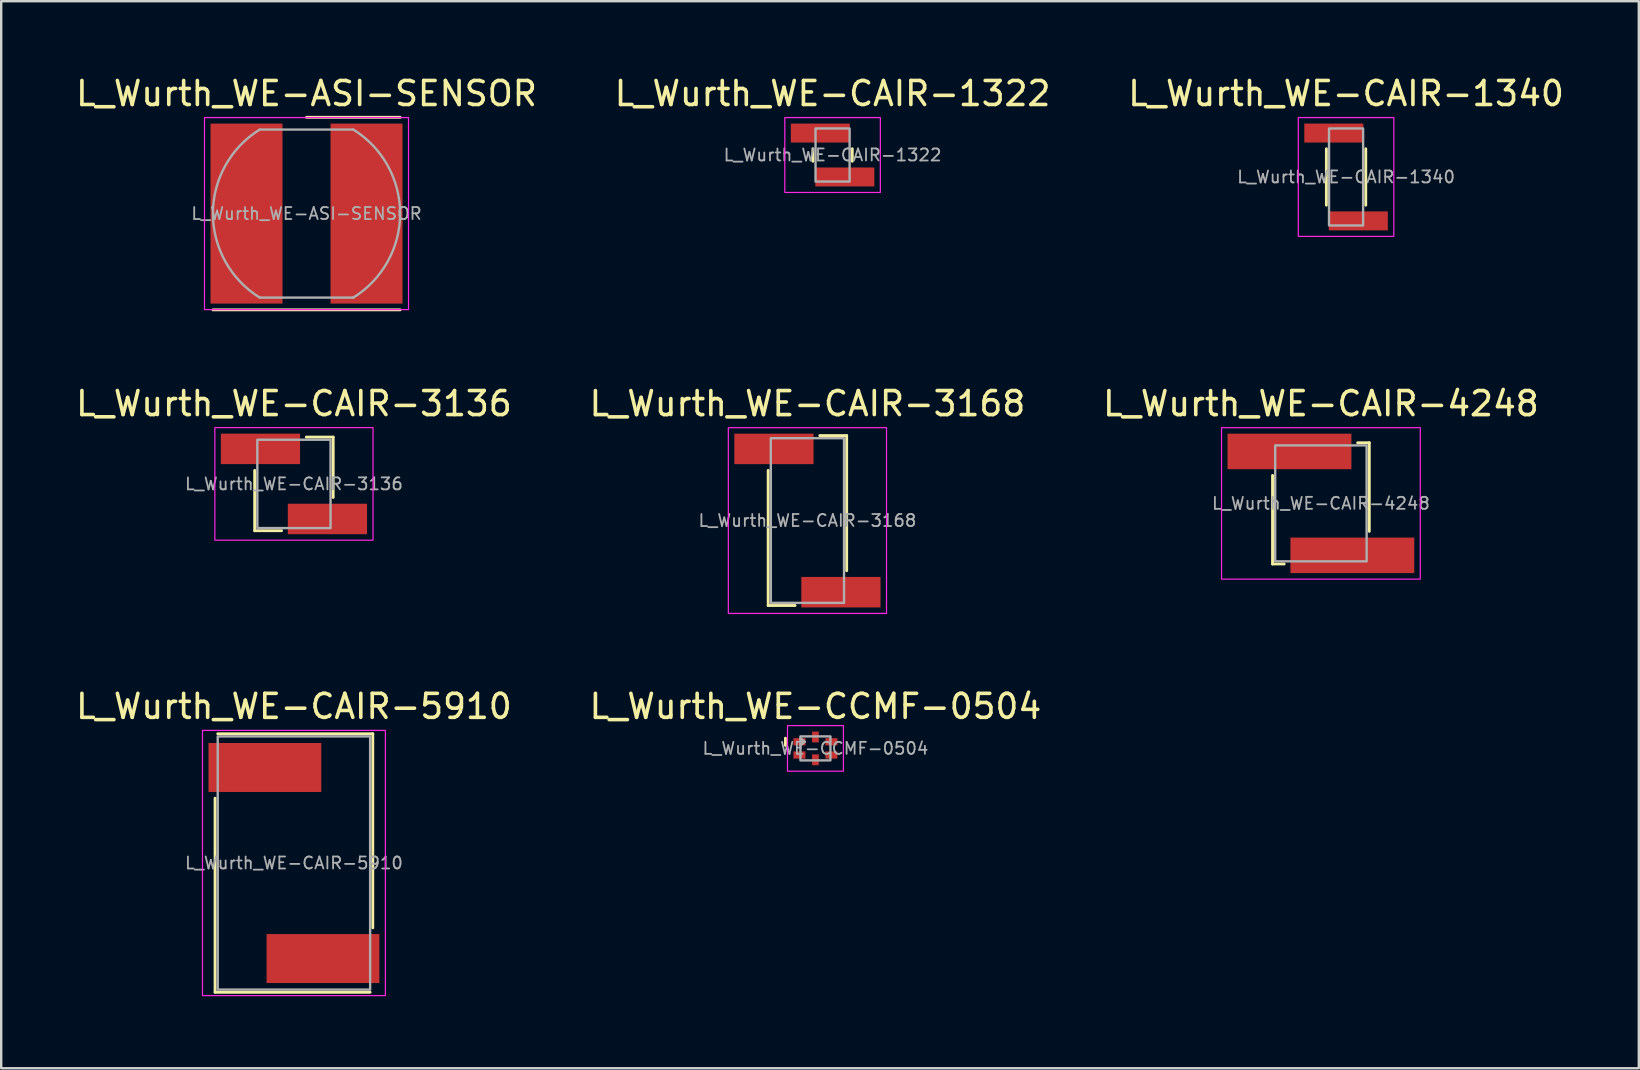
<source format=kicad_pcb>
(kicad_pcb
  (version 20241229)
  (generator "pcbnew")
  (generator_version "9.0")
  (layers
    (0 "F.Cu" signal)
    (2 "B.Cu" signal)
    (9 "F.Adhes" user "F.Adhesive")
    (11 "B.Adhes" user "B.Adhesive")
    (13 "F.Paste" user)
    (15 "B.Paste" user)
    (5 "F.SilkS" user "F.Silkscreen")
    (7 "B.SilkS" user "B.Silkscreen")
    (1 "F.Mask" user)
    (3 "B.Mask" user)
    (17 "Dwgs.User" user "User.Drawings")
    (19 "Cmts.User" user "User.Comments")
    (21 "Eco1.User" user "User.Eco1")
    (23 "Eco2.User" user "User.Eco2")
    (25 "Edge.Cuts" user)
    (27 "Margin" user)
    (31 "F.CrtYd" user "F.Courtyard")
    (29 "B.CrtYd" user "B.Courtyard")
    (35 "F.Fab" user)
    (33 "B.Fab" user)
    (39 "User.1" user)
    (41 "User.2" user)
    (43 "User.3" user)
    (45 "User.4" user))
  (footprint "L_Wurth_WE-CAIR-1322"
    (layer "F.Cu")
    (at 31.637 3.408)
    (property "Reference" "L_Wurth_WE-CAIR-1322" (at 0 -2.56 0) (unlocked yes) (layer "F.SilkS") (effects (font (size 1 1) (thickness 0.15))))
    (attr smd)
    (fp_line (start -0.82 -0.26) (end -0.82 0.26) (stroke (width 0.12) (type solid)) (layer "F.SilkS"))
    (fp_line (start 0.82 0.26) (end 0.82 -0.26) (stroke (width 0.12) (type solid)) (layer "F.SilkS"))
    (fp_rect (start -1.99 -1.56) (end 1.99 1.56) (stroke (width 0.05) (type solid)) (fill no) (layer "F.CrtYd"))
    (fp_rect (start -0.71 -1.105) (end 0.71 1.105) (stroke (width 0.1) (type solid)) (fill no) (layer "F.Fab"))
    (fp_text user "${REFERENCE}" (at 0 0 0) (unlocked yes) (layer "F.Fab") (effects (font (size 0.5 0.5) (thickness 0.075))))
    (pad "1" smd rect (at -0.51 -0.915) (size 2.46 0.79) (layers "F.Cu" "F.Mask" "F.Paste"))
    (pad "2" smd rect (at 0.51 0.915) (size 2.46 0.79) (layers "F.Cu" "F.Mask" "F.Paste")))
  (footprint "L_Wurth_WE-CAIR-4248"
    (layer "F.Cu")
    (at 51.982 17.922)
    (property "Reference" "L_Wurth_WE-CAIR-4248" (at 0 -4.155 0) (unlocked yes) (layer "F.SilkS") (effects (font (size 1 1) (thickness 0.15))))
    (attr smd)
    (fp_line (start -2.015 -1.165) (end -2.015 2.525) (stroke (width 0.12) (type solid)) (layer "F.SilkS"))
    (fp_line (start -2.015 2.525) (end -1.53 2.525) (stroke (width 0.12) (type solid)) (layer "F.SilkS"))
    (fp_line (start 2.015 -2.525) (end 1.53 -2.525) (stroke (width 0.12) (type solid)) (layer "F.SilkS"))
    (fp_line (start 2.015 1.165) (end 2.015 -2.525) (stroke (width 0.12) (type solid)) (layer "F.SilkS"))
    (fp_rect (start -4.14 -3.155) (end 4.14 3.155) (stroke (width 0.05) (type solid)) (fill no) (layer "F.CrtYd"))
    (fp_rect (start -1.905 -2.415) (end 1.905 2.415) (stroke (width 0.1) (type solid)) (fill no) (layer "F.Fab"))
    (fp_text user "${REFERENCE}" (at 0 0 0) (unlocked yes) (layer "F.Fab") (effects (font (size 0.5 0.5) (thickness 0.075))))
    (pad "1" smd rect (at -1.31 -2.165) (size 5.16 1.48) (layers "F.Cu" "F.Mask" "F.Paste"))
    (pad "2" smd rect (at 1.31 2.165) (size 5.16 1.48) (layers "F.Cu" "F.Mask" "F.Paste")))
  (footprint "L_Wurth_WE-CAIR-3168"
    (layer "F.Cu")
    (at 30.589 18.637)
    (property "Reference" "L_Wurth_WE-CAIR-3168" (at 0 -4.87 0) (unlocked yes) (layer "F.SilkS") (effects (font (size 1 1) (thickness 0.15))))
    (attr smd)
    (fp_line (start -1.635 -2.09) (end -1.635 3.54) (stroke (width 0.12) (type solid)) (layer "F.SilkS"))
    (fp_line (start -1.635 3.54) (end -0.515 3.54) (stroke (width 0.12) (type solid)) (layer "F.SilkS"))
    (fp_line (start 1.635 -3.54) (end 0.515 -3.54) (stroke (width 0.12) (type solid)) (layer "F.SilkS"))
    (fp_line (start 1.635 2.09) (end 1.635 -3.54) (stroke (width 0.12) (type solid)) (layer "F.SilkS"))
    (fp_rect (start -3.295 -3.87) (end 3.295 3.87) (stroke (width 0.05) (type solid)) (fill no) (layer "F.CrtYd"))
    (fp_rect (start -1.525 -3.43) (end 1.525 3.43) (stroke (width 0.1) (type solid)) (fill no) (layer "F.Fab"))
    (fp_text user "${REFERENCE}" (at 0 0 0) (unlocked yes) (layer "F.Fab") (effects (font (size 0.5 0.5) (thickness 0.075))))
    (pad "1" smd rect (at -1.395 -2.985) (size 3.3 1.27) (layers "F.Cu" "F.Mask" "F.Paste"))
    (pad "2" smd rect (at 1.395 2.985) (size 3.3 1.27) (layers "F.Cu" "F.Mask" "F.Paste")))
  (footprint "L_Wurth_WE-ASI-SENSOR"
    (layer "F.Cu")
    (at 9.72 5.848)
    (property "Reference" "L_Wurth_WE-ASI-SENSOR" (at 0 -5 0) (unlocked yes) (layer "F.SilkS") (effects (font (size 1 1) (thickness 0.15))))
    (attr smd)
    (fp_line (start -3.9 4.01) (end 3.9 4.01) (stroke (width 0.12) (type solid)) (layer "F.SilkS"))
    (fp_line (start 0 -4.01) (end 3.9 -4.01) (stroke (width 0.12) (type solid)) (layer "F.SilkS"))
    (fp_rect (start -4.25 -4) (end 4.25 4) (stroke (width 0.05) (type solid)) (fill no) (layer "F.CrtYd"))
    (fp_line (start -1.95 -3.5) (end 1.95 -3.5) (stroke (width 0.1) (type solid)) (layer "F.Fab"))
    (fp_line (start -1.95 3.5) (end 1.95 3.5) (stroke (width 0.1) (type solid)) (layer "F.Fab"))
    (fp_arc (start -1.95 3.5) (mid -3.9 0) (end -1.95 -3.5) (stroke (width 0.1) (type solid)) (layer "F.Fab"))
    (fp_arc (start 1.95 -3.5) (mid 3.9 0) (end 1.95 3.5) (stroke (width 0.1) (type solid)) (layer "F.Fab"))
    (fp_text user "${REFERENCE}" (at 0 0 0) (unlocked yes) (layer "F.Fab") (effects (font (size 0.5 0.5) (thickness 0.075))))
    (pad "1" smd rect (at -2.5 0) (size 3 7.5) (layers "F.Cu" "F.Mask" "F.Paste"))
    (pad "2" smd rect (at 2.5 0) (size 3 7.5) (layers "F.Cu" "F.Mask" "F.Paste")))
  (footprint "L_Wurth_WE-CAIR-5910"
    (layer "F.Cu")
    (at 9.196 32.905)
    (property "Reference" "L_Wurth_WE-CAIR-5910" (at 0 -6.525 0) (unlocked yes) (layer "F.SilkS") (effects (font (size 1 1) (thickness 0.15))))
    (attr smd)
    (fp_line (start -3.285 -2.7) (end -3.285 5.385) (stroke (width 0.12) (type solid)) (layer "F.SilkS"))
    (fp_line (start -3.285 5.385) (end 3.175 5.385) (stroke (width 0.12) (type solid)) (layer "F.SilkS"))
    (fp_line (start 3.285 -5.385) (end -3.175 -5.385) (stroke (width 0.12) (type solid)) (layer "F.SilkS"))
    (fp_line (start 3.285 2.7) (end 3.285 -5.385) (stroke (width 0.12) (type solid)) (layer "F.SilkS"))
    (fp_rect (start -3.81 -5.525) (end 3.81 5.525) (stroke (width 0.05) (type solid)) (fill no) (layer "F.CrtYd"))
    (fp_rect (start -3.175 -5.275) (end 3.175 5.275) (stroke (width 0.1) (type solid)) (fill no) (layer "F.Fab"))
    (fp_text user "${REFERENCE}" (at 0 0 0) (unlocked yes) (layer "F.Fab") (effects (font (size 0.5 0.5) (thickness 0.075))))
    (pad "1" smd rect (at -1.21 -3.98) (size 4.7 2.04) (layers "F.Cu" "F.Mask" "F.Paste"))
    (pad "2" smd rect (at 1.21 3.98) (size 4.7 2.04) (layers "F.Cu" "F.Mask" "F.Paste")))
  (footprint "L_Wurth_WE-CAIR-3136"
    (layer "F.Cu")
    (at 9.196 17.111)
    (property "Reference" "L_Wurth_WE-CAIR-3136" (at 0 -3.345 0) (unlocked yes) (layer "F.SilkS") (effects (font (size 1 1) (thickness 0.15))))
    (attr smd)
    (fp_line (start -1.635 -0.565) (end -1.635 1.95) (stroke (width 0.12) (type solid)) (layer "F.SilkS"))
    (fp_line (start -1.635 1.95) (end -0.515 1.95) (stroke (width 0.12) (type solid)) (layer "F.SilkS"))
    (fp_line (start 1.635 -1.95) (end 0.515 -1.95) (stroke (width 0.12) (type solid)) (layer "F.SilkS"))
    (fp_line (start 1.635 0.565) (end 1.635 -1.95) (stroke (width 0.12) (type solid)) (layer "F.SilkS"))
    (fp_rect (start -3.295 -2.345) (end 3.295 2.345) (stroke (width 0.05) (type solid)) (fill no) (layer "F.CrtYd"))
    (fp_rect (start -1.525 -1.84) (end 1.525 1.84) (stroke (width 0.1) (type solid)) (fill no) (layer "F.Fab"))
    (fp_text user "${REFERENCE}" (at 0 0 0) (unlocked yes) (layer "F.Fab") (effects (font (size 0.5 0.5) (thickness 0.075))))
    (pad "1" smd rect (at -1.395 -1.46) (size 3.3 1.27) (layers "F.Cu" "F.Mask" "F.Paste"))
    (pad "2" smd rect (at 1.395 1.46) (size 3.3 1.27) (layers "F.Cu" "F.Mask" "F.Paste")))
  (footprint "L_Wurth_WE-CCMF-0504"
    (layer "F.Cu")
    (at 30.923 28.13)
    (property "Reference" "L_Wurth_WE-CCMF-0504" (at 0 -1.75 0) (unlocked yes) (layer "F.SilkS") (effects (font (size 1 1) (thickness 0.15))))
    (attr smd)
    (fp_line (start -1.25 -0.425) (end -1.25 -0.125) (stroke (width 0.12) (type solid)) (layer "F.SilkS"))
    (fp_rect (start -1.165 -0.95) (end 1.165 0.95) (stroke (width 0.05) (type solid)) (fill no) (layer "F.CrtYd"))
    (fp_line (start -0.625 -0.425) (end -0.445 -0.275) (stroke (width 0.1) (type solid)) (layer "F.Fab"))
    (fp_line (start -0.625 -0.125) (end -0.445 -0.275) (stroke (width 0.1) (type solid)) (layer "F.Fab"))
    (fp_rect (start -0.625 -0.5) (end 0.625 0.5) (stroke (width 0.1) (type solid)) (fill no) (layer "F.Fab"))
    (fp_text user "${REFERENCE}" (at 0 0 0) (unlocked yes) (layer "F.Fab") (effects (font (size 0.5 0.5) (thickness 0.075))))
    (pad "1" smd rect (at -0.665 -0.275) (size 0.5 0.3) (layers "F.Cu" "F.Mask" "F.Paste"))
    (pad "2" smd rect (at 0.665 -0.275) (size 0.5 0.3) (layers "F.Cu" "F.Mask" "F.Paste"))
    (pad "3" smd rect (at -0.665 0.275) (size 0.5 0.3) (layers "F.Cu" "F.Mask" "F.Paste"))
    (pad "4" smd rect (at 0.665 0.275) (size 0.5 0.3) (layers "F.Cu" "F.Mask" "F.Paste"))
    (pad "5" smd rect (at 0 -0.475) (size 0.28 0.45) (layers "F.Cu" "F.Mask" "F.Paste"))
    (pad "6" smd rect (at 0 0.475) (size 0.28 0.45) (layers "F.Cu" "F.Mask" "F.Paste")))
  (footprint "L_Wurth_WE-CAIR-1340"
    (layer "F.Cu")
    (at 53.03 4.323)
    (property "Reference" "L_Wurth_WE-CAIR-1340" (at 0 -3.475 0) (unlocked yes) (layer "F.SilkS") (effects (font (size 1 1) (thickness 0.15))))
    (attr smd)
    (fp_line (start -0.82 -1.175) (end -0.82 1.175) (stroke (width 0.12) (type solid)) (layer "F.SilkS"))
    (fp_line (start 0.82 1.175) (end 0.82 -1.175) (stroke (width 0.12) (type solid)) (layer "F.SilkS"))
    (fp_rect (start -1.99 -2.475) (end 1.99 2.475) (stroke (width 0.05) (type solid)) (fill no) (layer "F.CrtYd"))
    (fp_rect (start -0.71 -2.02) (end 0.71 2.02) (stroke (width 0.1) (type solid)) (fill no) (layer "F.Fab"))
    (fp_text user "${REFERENCE}" (at 0 0 0) (unlocked yes) (layer "F.Fab") (effects (font (size 0.5 0.5) (thickness 0.075))))
    (pad "1" smd rect (at -0.51 -1.83) (size 2.46 0.79) (layers "F.Cu" "F.Mask" "F.Paste"))
    (pad "2" smd rect (at 0.51 1.83) (size 2.46 0.79) (layers "F.Cu" "F.Mask" "F.Paste")))
  (gr_rect
    (start -3 -3)
    (end 65.226 41.455)
    (stroke (width 0.1) (type default))
    (fill no)
    (layer "Edge.Cuts")))
</source>
